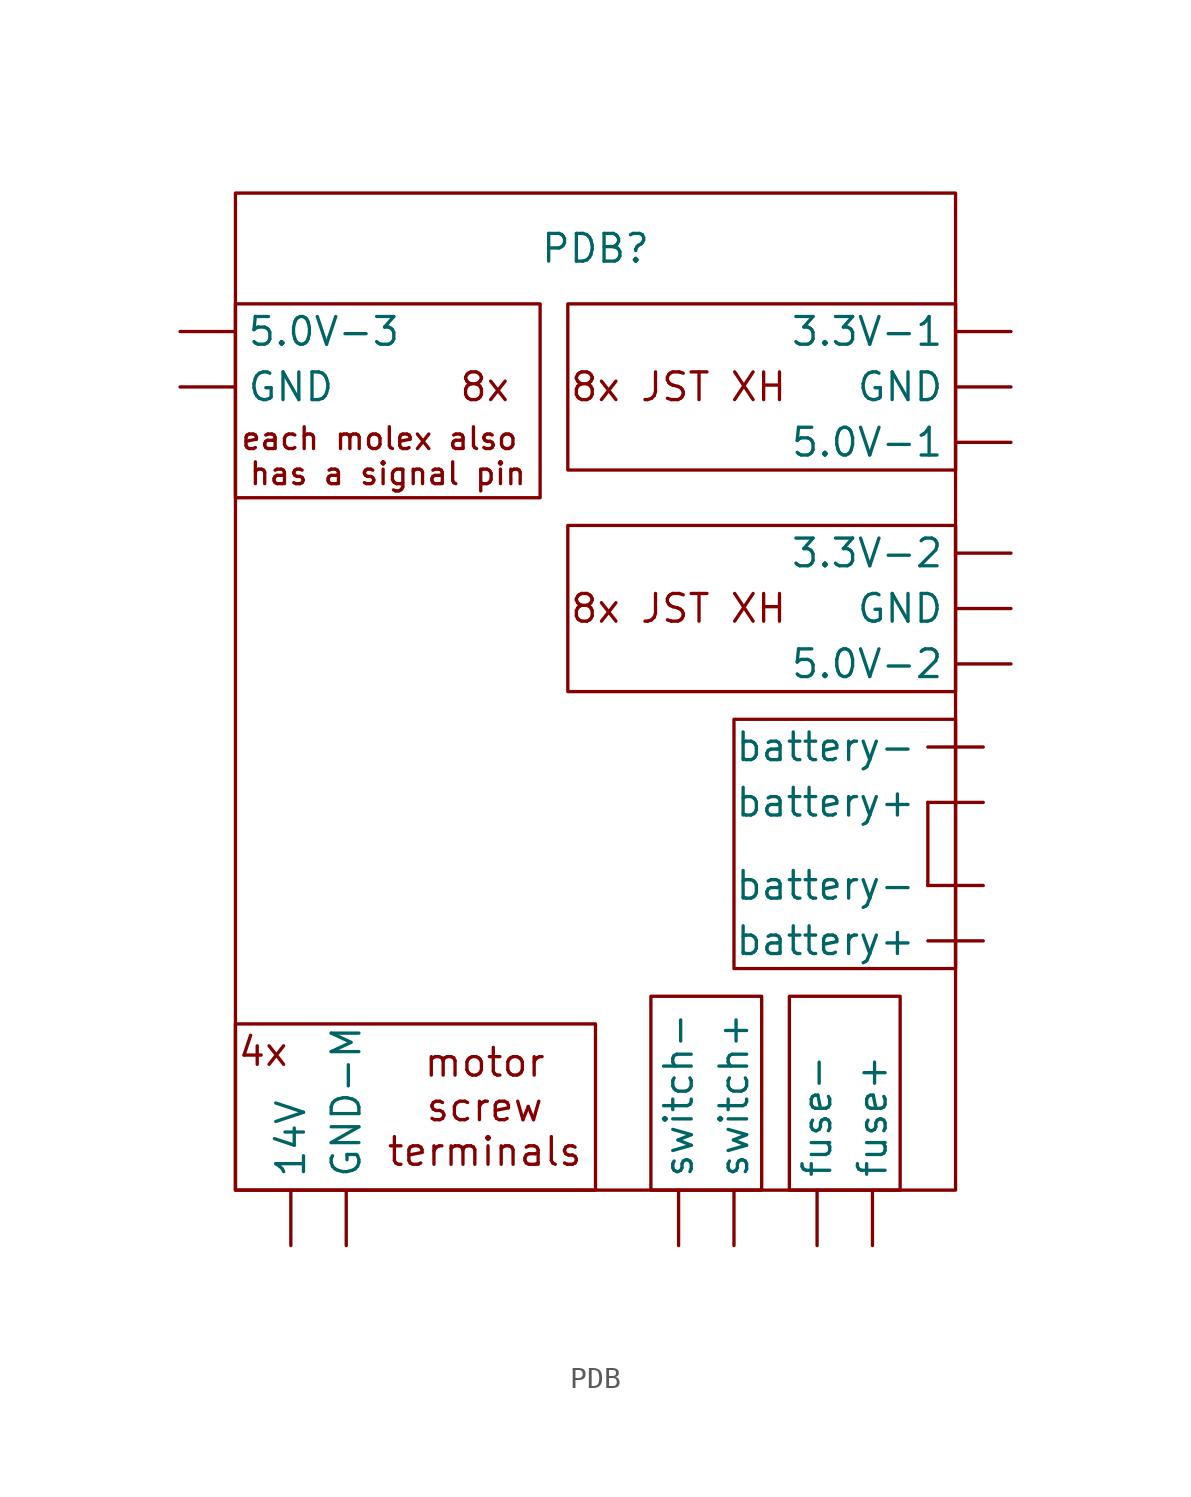
<source format=kicad_sym>
(kicad_symbol_lib
  (version 20220914)
  (generator kicad_symbol_editor)
  (symbol "PDB"
    (property "Reference" "PDB"
      (at 0 0 0)
      (effects (font (size 1.27 1.27))))
    (property "Value" ""
      (at 6.35 0 0)
      (effects (font (size 1.27 1.27))))
    (symbol "PDB_0_1"
      (rectangle (start -16.51 -35.56) (end 0 -43.18) (stroke (width 0) (type default)) (fill (type none)))
      (rectangle (start -16.51 -2.54) (end -2.54 -11.43) (stroke (width 0) (type default)) (fill (type none)))
      (rectangle (start -16.51 2.54) (end 16.51 -43.18) (stroke (width 0) (type default)) (fill (type none)))
      (rectangle (start -1.27 -12.7) (end 16.51 -20.32) (stroke (width 0) (type default)) (fill (type none)))
      (rectangle (start -1.27 -2.54) (end 16.51 -10.16) (stroke (width 0) (type default)) (fill (type none)))
      (polyline (pts (xy 15.24 -29.21) (xy 15.24 -25.4)) (stroke (width 0) (type default)) (fill (type none)))
      (rectangle (start 2.54 -34.29) (end 7.62 -43.18) (stroke (width 0) (type default)) (fill (type none)))
      (rectangle (start 6.35 -21.59) (end 16.51 -33.02) (stroke (width 0) (type default)) (fill (type none)))
      (rectangle (start 8.89 -34.29) (end 13.97 -43.18) (stroke (width 0) (type default)) (fill (type none)))
      (text "4x" (at -15.24 -36.83 0) (effects (font (size 1.27 1.27))))
      (text "8x" (at -5.08 -6.35 0) (effects (font (size 1.27 1.27))))
      (text "8x JST XH" (at 3.81 -16.51 0) (effects (font (size 1.27 1.27))))
      (text "8x JST XH" (at 3.81 -6.35 0) (effects (font (size 1.27 1.27))))
      (text "each molex also \nhas a signal pin" (at -9.525 -9.525 0) (effects (font (size 1 1))))
      (text "motor\nscrew\nterminals\n" (at -5.08 -39.37 0) (effects (font (size 1.27 1.27)))))
    (symbol "PDB_1_1"
      (pin power_out line (at -13.97 -45.72 90) (length 2.54) (name "14V" (effects (font (size 1.27 1.27)))) (number "" (effects (font (size 1.27 1.27)))))
      (pin power_out line (at 19.05 -3.81 180) (length 2.54) (name "3.3V-1" (effects (font (size 1.27 1.27)))) (number "" (effects (font (size 1.27 1.27)))))
      (pin power_out line (at 19.05 -13.97 180) (length 2.54) (name "3.3V-2" (effects (font (size 1.27 1.27)))) (number "" (effects (font (size 1.27 1.27)))))
      (pin power_out line (at 19.05 -8.89 180) (length 2.54) (name "5.0V-1" (effects (font (size 1.27 1.27)))) (number "" (effects (font (size 1.27 1.27)))))
      (pin power_out line (at 19.05 -19.05 180) (length 2.54) (name "5.0V-2" (effects (font (size 1.27 1.27)))) (number "" (effects (font (size 1.27 1.27)))))
      (pin power_out line (at -19.05 -3.81 0) (length 2.54) (name "5.0V-3" (effects (font (size 1.27 1.27)))) (number "" (effects (font (size 1.27 1.27)))))
      (pin power_out line (at -19.05 -6.35 0) (length 2.54) (name "GND" (effects (font (size 1.27 1.27)))) (number "" (effects (font (size 1.27 1.27)))))
      (pin power_out line (at 19.05 -16.51 180) (length 2.54) (name "GND" (effects (font (size 1.27 1.27)))) (number "" (effects (font (size 1.27 1.27)))))
      (pin power_out line (at 19.05 -6.35 180) (length 2.54) (name "GND" (effects (font (size 1.27 1.27)))) (number "" (effects (font (size 1.27 1.27)))))
      (pin power_out line (at -11.43 -45.72 90) (length 2.54) (name "GND-M" (effects (font (size 1.27 1.27)))) (number "" (effects (font (size 1.27 1.27)))))
      (pin power_in line (at 17.78 -31.75 180) (length 2.54) (name "battery+" (effects (font (size 1.27 1.27)))) (number "" (effects (font (size 1.27 1.27)))))
      (pin power_in line (at 17.78 -25.4 180) (length 2.54) (name "battery+" (effects (font (size 1.27 1.27)))) (number "" (effects (font (size 1.27 1.27)))))
      (pin power_in line (at 17.78 -29.21 180) (length 2.54) (name "battery-" (effects (font (size 1.27 1.27)))) (number "" (effects (font (size 1.27 1.27)))))
      (pin power_in line (at 17.78 -22.86 180) (length 2.54) (name "battery-" (effects (font (size 1.27 1.27)))) (number "" (effects (font (size 1.27 1.27)))))
      (pin power_out line (at 12.7 -45.72 90) (length 2.54) (name "fuse+" (effects (font (size 1.27 1.27)))) (number "" (effects (font (size 1.27 1.27)))))
      (pin power_in line (at 10.16 -45.72 90) (length 2.54) (name "fuse-" (effects (font (size 1.27 1.27)))) (number "" (effects (font (size 1.27 1.27)))))
      (pin power_out line (at 6.35 -45.72 90) (length 2.54) (name "switch+" (effects (font (size 1.27 1.27)))) (number "" (effects (font (size 1.27 1.27)))))
      (pin power_in line (at 3.81 -45.72 90) (length 2.54) (name "switch-" (effects (font (size 1.27 1.27)))) (number "" (effects (font (size 1.27 1.27))))))))
</source>
